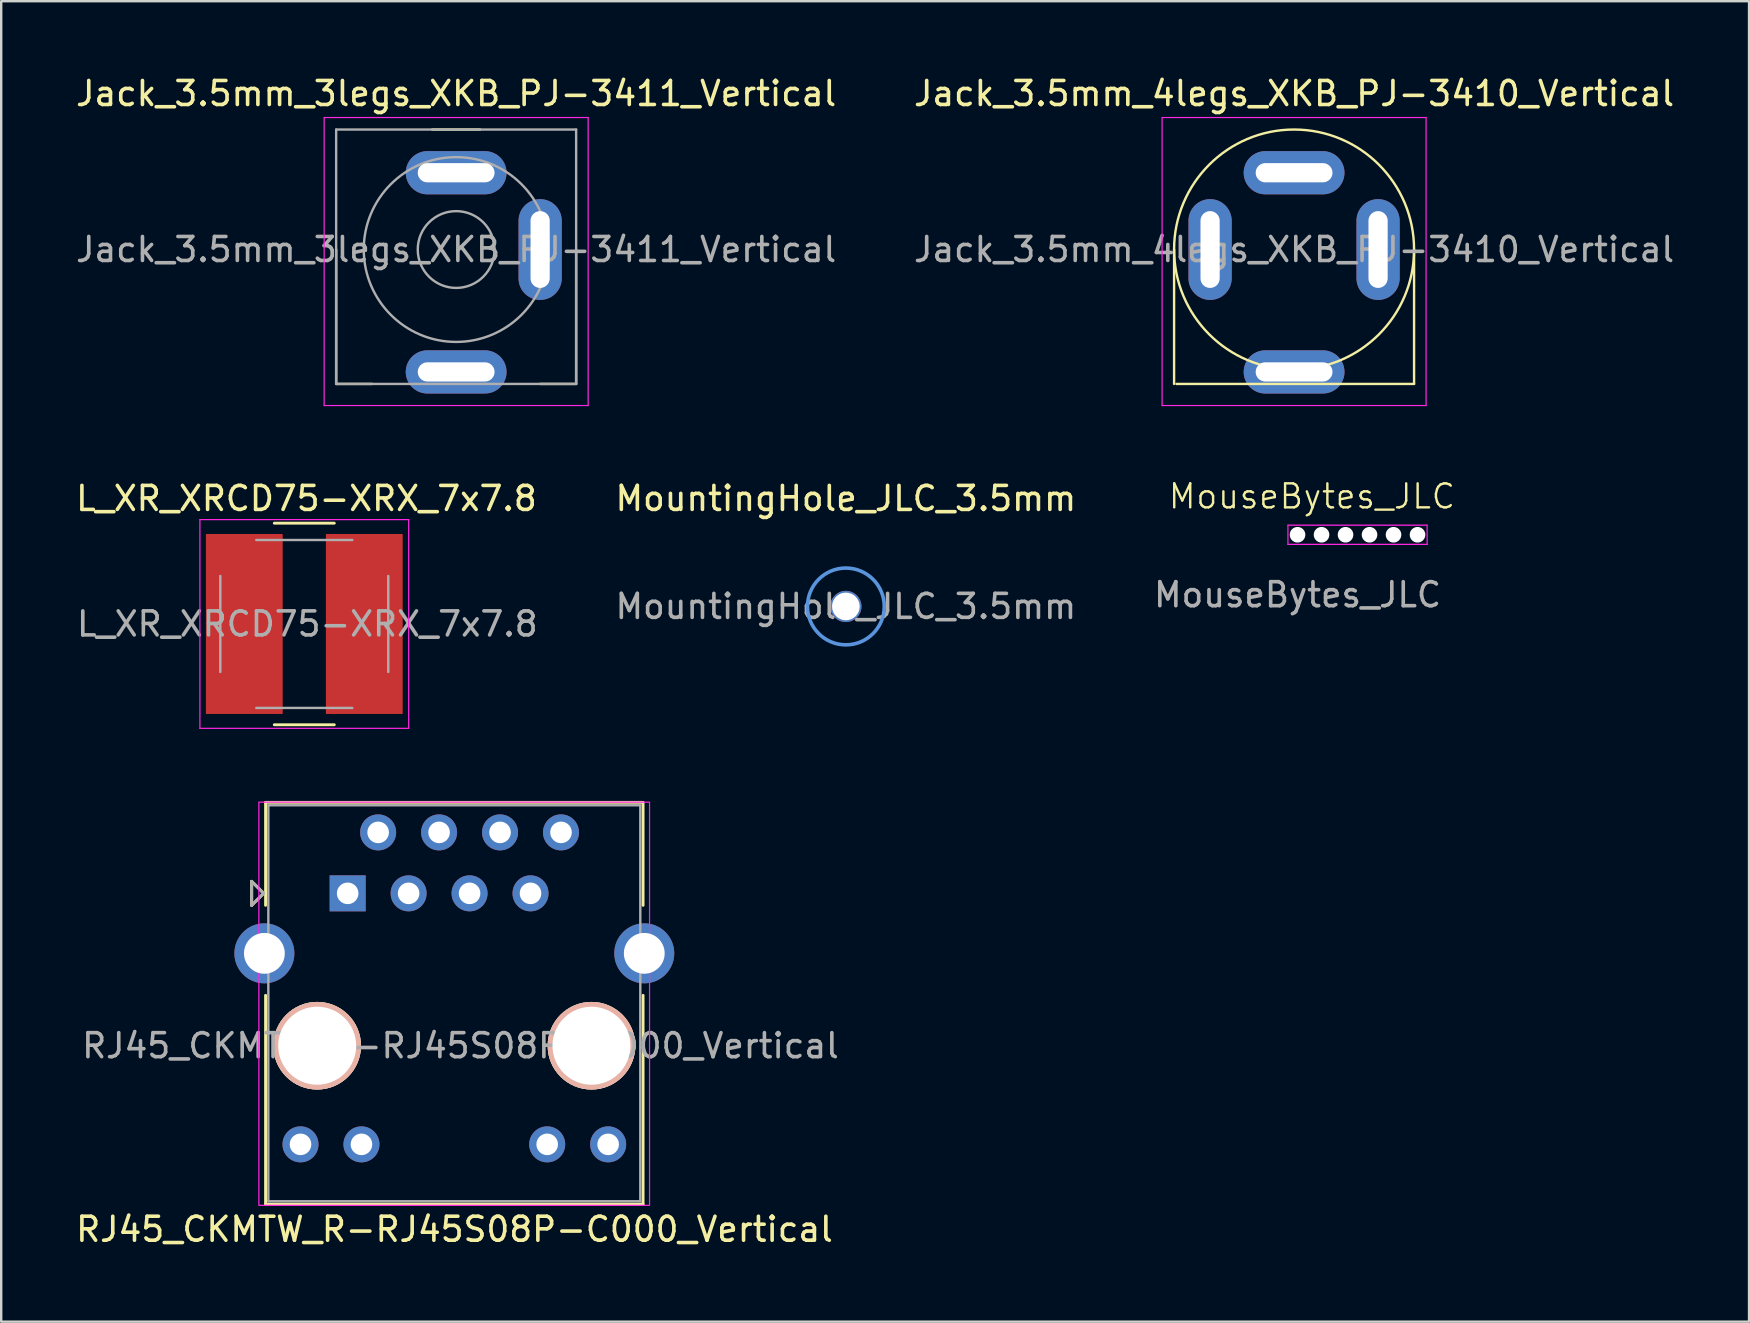
<source format=kicad_pcb>
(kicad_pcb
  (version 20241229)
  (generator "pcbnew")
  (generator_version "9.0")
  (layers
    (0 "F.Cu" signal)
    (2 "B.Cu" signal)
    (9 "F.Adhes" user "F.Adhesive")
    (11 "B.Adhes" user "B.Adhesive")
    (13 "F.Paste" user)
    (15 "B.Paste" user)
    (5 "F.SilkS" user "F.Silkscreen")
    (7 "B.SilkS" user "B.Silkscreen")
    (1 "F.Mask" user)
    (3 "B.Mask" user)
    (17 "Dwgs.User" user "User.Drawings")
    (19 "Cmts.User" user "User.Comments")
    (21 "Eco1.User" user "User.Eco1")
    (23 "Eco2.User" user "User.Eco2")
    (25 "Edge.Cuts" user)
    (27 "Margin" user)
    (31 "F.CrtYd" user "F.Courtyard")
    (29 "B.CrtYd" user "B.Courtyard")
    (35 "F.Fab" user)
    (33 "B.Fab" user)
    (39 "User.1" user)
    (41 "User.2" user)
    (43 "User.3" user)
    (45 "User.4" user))
  (footprint "L_XR_XRCD75-XRX_7x7.8"
    (layer "F.Cu")
    (at 9.63 22.951)
    (property "Reference" "L_XR_XRCD75-XRX_7x7.8" (at 0.09 -5.23 0) (layer "F.SilkS") (effects (font (size 1 1) (thickness 0.15))))
    (attr smd)
    (fp_line (start -1.25 4.2) (end 1.25 4.2) (stroke (width 0.12) (type solid)) (layer "F.SilkS"))
    (fp_line (start 1.25 -4.2) (end -1.25 -4.2) (stroke (width 0.12) (type solid)) (layer "F.SilkS"))
    (fp_line (start -4.35 -4.35) (end -4.35 4.35) (stroke (width 0.05) (type solid)) (layer "F.CrtYd"))
    (fp_line (start -4.35 -4.35) (end 4.35 -4.35) (stroke (width 0.05) (type solid)) (layer "F.CrtYd"))
    (fp_line (start -4.35 4.35) (end 4.35 4.35) (stroke (width 0.05) (type solid)) (layer "F.CrtYd"))
    (fp_line (start 4.35 -4.35) (end 4.35 4.35) (stroke (width 0.05) (type solid)) (layer "F.CrtYd"))
    (fp_line (start -3.5 -2) (end -3.5 2) (stroke (width 0.1) (type solid)) (layer "F.Fab"))
    (fp_line (start -2 3.5) (end 2 3.5) (stroke (width 0.1) (type solid)) (layer "F.Fab"))
    (fp_line (start 2 -3.5) (end -2 -3.5) (stroke (width 0.1) (type solid)) (layer "F.Fab"))
    (fp_line (start 3.5 -2) (end 3.5 2) (stroke (width 0.1) (type solid)) (layer "F.Fab"))
    (fp_text user "${REFERENCE}" (at 0.127 0 0) (layer "F.Fab") (effects (font (size 1 1) (thickness 0.15))))
    (pad "1" smd rect (at -2.5 0) (size 3.2 7.5) (layers "F.Cu" "F.Mask" "F.Paste"))
    (pad "2" smd rect (at 2.5 0) (size 3.2 7.5) (layers "F.Cu" "F.Mask" "F.Paste")))
  (footprint "RJ45_CKMTW_R-RJ45S08P-C000_Vertical"
    (layer "F.Cu")
    (at 11.437 34.176)
    (property "Reference" "RJ45_CKMTW_R-RJ45S08P-C000_Vertical" (at 4.45 14 0) (layer "F.SilkS") (effects (font (size 1 1) (thickness 0.15))))
    (attr through_hole)
    (fp_line (start -4 -0.5) (end -4 0.5) (stroke (width 0.12) (type solid)) (layer "F.SilkS"))
    (fp_line (start -4 0.5) (end -3.5 0) (stroke (width 0.12) (type solid)) (layer "F.SilkS"))
    (fp_line (start -3.5 0) (end -4 -0.5) (stroke (width 0.12) (type solid)) (layer "F.SilkS"))
    (fp_line (start -3.42 -3.79) (end -3.42 0.5) (stroke (width 0.12) (type solid)) (layer "F.SilkS"))
    (fp_line (start -3.42 4.25) (end -3.42 12.95) (stroke (width 0.12) (type solid)) (layer "F.SilkS"))
    (fp_line (start 12.3 -3.79) (end -3.42 -3.79) (stroke (width 0.12) (type solid)) (layer "F.SilkS"))
    (fp_line (start 12.31 -3.79) (end 12.31 0.5) (stroke (width 0.12) (type solid)) (layer "F.SilkS"))
    (fp_line (start 12.31 12.95) (end -3.42 12.95) (stroke (width 0.12) (type solid)) (layer "F.SilkS"))
    (fp_line (start 12.31 12.95) (end 12.31 4.25) (stroke (width 0.12) (type solid)) (layer "F.SilkS"))
    (fp_rect (start -3.7 -3.8) (end 12.58 13) (stroke (width 0.05) (type default)) (fill no) (layer "F.CrtYd"))
    (fp_line (start -4 -0.5) (end -4 0.5) (stroke (width 0.12) (type solid)) (layer "F.Fab"))
    (fp_line (start -4 0.5) (end -3.5 0) (stroke (width 0.12) (type solid)) (layer "F.Fab"))
    (fp_line (start -3.5 0) (end -4 -0.5) (stroke (width 0.12) (type solid)) (layer "F.Fab"))
    (fp_line (start -3.305 -3.67) (end -3.305 12.83) (stroke (width 0.1) (type solid)) (layer "F.Fab"))
    (fp_line (start 12.195 -3.67) (end -3.305 -3.67) (stroke (width 0.1) (type solid)) (layer "F.Fab"))
    (fp_line (start 12.195 -3.67) (end 12.195 12.83) (stroke (width 0.1) (type solid)) (layer "F.Fab"))
    (fp_line (start 12.195 12.83) (end -3.305 12.83) (stroke (width 0.1) (type solid)) (layer "F.Fab"))
    (fp_text user "${REFERENCE}" (at 4.7 6.35 0) (layer "F.Fab") (effects (font (size 1 1) (thickness 0.15))))
    (pad "" np_thru_hole circle (at -1.27 6.35) (size 3.65 3.65) (drill 3.25) (layers "*.Cu" "*.SilkS" "*.Mask"))
    (pad "" np_thru_hole circle (at 10.16 6.35) (size 3.65 3.65) (drill 3.25) (layers "*.Cu" "*.SilkS" "*.Mask"))
    (pad "1" thru_hole rect (at 0 0) (size 1.5 1.5) (drill 0.9) (layers "*.Cu" "*.Mask"))
    (pad "2" thru_hole circle (at 1.27 -2.54) (size 1.5 1.5) (drill 0.9) (layers "*.Cu" "*.Mask"))
    (pad "3" thru_hole circle (at 2.54 0) (size 1.5 1.5) (drill 0.9) (layers "*.Cu" "*.Mask"))
    (pad "4" thru_hole circle (at 3.81 -2.54) (size 1.5 1.5) (drill 0.9) (layers "*.Cu" "*.Mask"))
    (pad "5" thru_hole circle (at 5.08 0) (size 1.5 1.5) (drill 0.9) (layers "*.Cu" "*.Mask"))
    (pad "6" thru_hole circle (at 6.35 -2.54) (size 1.5 1.5) (drill 0.9) (layers "*.Cu" "*.Mask"))
    (pad "7" thru_hole circle (at 7.62 0) (size 1.5 1.5) (drill 0.9) (layers "*.Cu" "*.Mask"))
    (pad "8" thru_hole circle (at 8.89 -2.54) (size 1.5 1.5) (drill 0.9) (layers "*.Cu" "*.Mask"))
    (pad "9" thru_hole circle (at -1.965 10.46) (size 1.5 1.5) (drill 0.9) (layers "*.Cu" "*.Mask"))
    (pad "10" thru_hole circle (at 0.575 10.46) (size 1.5 1.5) (drill 0.9) (layers "*.Cu" "*.Mask"))
    (pad "11" thru_hole circle (at 8.315 10.46) (size 1.5 1.5) (drill 0.9) (layers "*.Cu" "*.Mask"))
    (pad "12" thru_hole circle (at 10.855 10.46) (size 1.5 1.5) (drill 0.9) (layers "*.Cu" "*.Mask"))
    (pad "SH" thru_hole circle (at -3.47 2.5) (size 2.5 2.5) (drill 1.7) (layers "*.Cu" "*.Mask"))
    (pad "SH" thru_hole circle (at 12.36 2.5) (size 2.5 2.5) (drill 1.7) (layers "*.Cu" "*.Mask")))
  (footprint "Jack_3.5mm_4legs_XKB_PJ-3410_Vertical"
    (layer "F.Cu")
    (at 50.875 7.348)
    (property "Reference" "Jack_3.5mm_4legs_XKB_PJ-3410_Vertical" (at 0 -6.5 0) (layer "F.SilkS") (effects (font (size 1 1) (thickness 0.15))))
    (attr through_hole)
    (fp_line (start -5 0) (end -5 5.6) (stroke (width 0.1) (type default)) (layer "F.SilkS"))
    (fp_line (start -4.9 5.6) (end 5 5.6) (stroke (width 0.1) (type default)) (layer "F.SilkS"))
    (fp_line (start 5 0) (end 5 5.6) (stroke (width 0.1) (type default)) (layer "F.SilkS"))
    (fp_circle (center 0 0) (end 5 0) (stroke (width 0.1) (type default)) (fill no) (layer "F.SilkS"))
    (fp_line (start -5.5 -5.5) (end 5.5 -5.5) (stroke (width 0.05) (type solid)) (layer "F.CrtYd"))
    (fp_line (start -5.5 6.5) (end -5.5 -5.5) (stroke (width 0.05) (type solid)) (layer "F.CrtYd"))
    (fp_line (start 5.5 -5.5) (end 5.5 6.5) (stroke (width 0.05) (type solid)) (layer "F.CrtYd"))
    (fp_line (start 5.5 6.5) (end -5.5 6.5) (stroke (width 0.05) (type solid)) (layer "F.CrtYd"))
    (fp_text user "${REFERENCE}" (at 0 0 0) (layer "F.Fab") (effects (font (size 1 1) (thickness 0.15))))
    (pad "R" thru_hole oval (at 0 -3.2) (size 4.2 1.8) (drill oval 3.2 0.8) (layers "*.Cu" "*.Mask"))
    (pad "S" thru_hole oval (at 3.5 0 90) (size 4.2 1.8) (drill oval 3.2 0.8) (layers "*.Cu" "*.Mask"))
    (pad "T" thru_hole oval (at -3.5 0 90) (size 4.2 1.8) (drill oval 3.2 0.8) (layers "*.Cu" "*.Mask"))
    (pad "T" thru_hole oval (at 0 5.1 180) (size 4.2 1.8) (drill oval 3.2 0.8) (layers "*.Cu" "*.Mask")))
  (footprint "Jack_3.5mm_3legs_XKB_PJ-3411_Vertical"
    (layer "F.Cu")
    (at 15.958 7.348)
    (property "Reference" "Jack_3.5mm_3legs_XKB_PJ-3411_Vertical" (at 0 -6.5 0) (layer "F.SilkS") (effects (font (size 1 1) (thickness 0.15))))
    (attr through_hole)
    (fp_line (start -5 0) (end -5 5.6) (stroke (width 0.1) (type default)) (layer "F.SilkS"))
    (fp_line (start -5 5.6) (end -3.5 5.6) (stroke (width 0.1) (type default)) (layer "F.SilkS"))
    (fp_line (start -1 -5) (end 1 -5) (stroke (width 0.1) (type default)) (layer "F.SilkS"))
    (fp_line (start 5 0) (end 5 5.6) (stroke (width 0.1) (type default)) (layer "F.SilkS"))
    (fp_line (start 5 5.6) (end 3.5 5.6) (stroke (width 0.1) (type default)) (layer "F.SilkS"))
    (fp_line (start -5.5 -5.5) (end 5.5 -5.5) (stroke (width 0.05) (type solid)) (layer "F.CrtYd"))
    (fp_line (start -5.5 6.5) (end -5.5 -5.5) (stroke (width 0.05) (type solid)) (layer "F.CrtYd"))
    (fp_line (start 5.5 -5.5) (end 5.5 6.5) (stroke (width 0.05) (type solid)) (layer "F.CrtYd"))
    (fp_line (start 5.5 6.5) (end -5.5 6.5) (stroke (width 0.05) (type solid)) (layer "F.CrtYd"))
    (fp_line (start -5 -5) (end -5 5.6) (stroke (width 0.1) (type default)) (layer "F.Fab"))
    (fp_line (start -5 -5) (end 5 -5) (stroke (width 0.1) (type default)) (layer "F.Fab"))
    (fp_line (start 5 -5) (end 5 5.6) (stroke (width 0.1) (type default)) (layer "F.Fab"))
    (fp_line (start 5 5.6) (end -5 5.6) (stroke (width 0.1) (type default)) (layer "F.Fab"))
    (fp_circle (center 0 0) (end 1.6 0) (stroke (width 0.1) (type default)) (fill no) (layer "F.Fab"))
    (fp_circle (center 0 0) (end 3.85 0) (stroke (width 0.1) (type default)) (fill no) (layer "F.Fab"))
    (fp_text user "${REFERENCE}" (at 0 0 0) (layer "F.Fab") (effects (font (size 1 1) (thickness 0.15))))
    (pad "R" thru_hole oval (at 0 -3.2) (size 4.2 1.8) (drill oval 3.2 0.8) (layers "*.Cu" "*.Mask"))
    (pad "S" thru_hole oval (at 3.5 0 90) (size 4.2 1.8) (drill oval 3.2 0.8) (layers "*.Cu" "*.Mask"))
    (pad "T" thru_hole oval (at 0 5.1 180) (size 4.2 1.8) (drill oval 3.2 0.8) (layers "*.Cu" "*.Mask")))
  (footprint "MouseBytes_JLC"
    (layer "F.Cu")
    (at 51.019 19.234)
    (property "Reference" "MouseBytes_JLC" (at 0.6 -1.6 0) (unlocked yes) (layer "F.SilkS") (effects (font (size 1 1) (thickness 0.1))))
    (attr through_hole exclude_from_pos_files exclude_from_bom dnp)
    (fp_line (start -0.4 -0.4) (end 5.4 -0.4) (stroke (width 0.05) (type default)) (layer "F.CrtYd"))
    (fp_line (start -0.4 0.4) (end -0.4 -0.4) (stroke (width 0.05) (type default)) (layer "F.CrtYd"))
    (fp_line (start 5.4 -0.4) (end 5.4 0.4) (stroke (width 0.05) (type default)) (layer "F.CrtYd"))
    (fp_line (start 5.4 0.4) (end -0.4 0.4) (stroke (width 0.05) (type default)) (layer "F.CrtYd"))
    (fp_text user "${REFERENCE}" (at 0 2.5 0) (unlocked yes) (layer "F.Fab") (effects (font (size 1 1) (thickness 0.15))))
    (pad "" np_thru_hole circle (at 0 0) (size 0.65 0.65) (drill 0.65) (layers "*.Cu" "*.Mask"))
    (pad "" np_thru_hole circle (at 1 0) (size 0.65 0.65) (drill 0.65) (layers "*.Cu" "*.Mask"))
    (pad "" np_thru_hole circle (at 2 0) (size 0.65 0.65) (drill 0.65) (layers "*.Cu" "*.Mask"))
    (pad "" np_thru_hole circle (at 3 0) (size 0.65 0.65) (drill 0.65) (layers "*.Cu" "*.Mask"))
    (pad "" np_thru_hole circle (at 4 0) (size 0.65 0.65) (drill 0.65) (layers "*.Cu" "*.Mask"))
    (pad "" np_thru_hole circle (at 5 0) (size 0.65 0.65) (drill 0.65) (layers "*.Cu" "*.Mask")))
  (footprint "MountingHole_JLC_3.5mm"
    (layer "F.Cu")
    (at 32.198 22.221)
    (property "Reference" "MountingHole_JLC_3.5mm" (at 0 -4.5 0) (layer "F.SilkS") (effects (font (size 1 1) (thickness 0.15))))
    (attr exclude_from_pos_files exclude_from_bom dnp)
    (fp_circle (center 0 0) (end 1.6 0) (stroke (width 0.15) (type solid)) (fill no) (layer "Cmts.User"))
    (fp_circle (center 0 0) (end 1.6 0) (stroke (width 0.05) (type solid)) (fill no) (layer "F.CrtYd"))
    (fp_text user "${REFERENCE}" (at 0 0 0) (layer "F.Fab") (effects (font (size 1 1) (thickness 0.15))))
    (pad "" np_thru_hole circle (at 0 0) (size 1.3 1.3) (drill 1.152) (layers "*.Cu" "*.Mask"))
    (zone (net_name "") (layer "F.SilkS") (hatch edge 0.5) (connect_pads) (min_thickness 0.25) (filled_areas_thickness no) (keepout (tracks not_allowed) (vias not_allowed) (pads not_allowed) (copperpour not_allowed) (footprints allowed)) (placement (enabled no)) (fill) (polygon (pts (xy 32.798 20.822) (xy 33.598 21.622) (xy 33.598 22.822) (xy 32.798 23.622) (xy 31.598 23.622) (xy 30.798 22.822) (xy 30.798 21.622) (xy 31.598 20.822)))))
  (gr_rect
    (start -3 -3)
    (end 69.833 52.025)
    (stroke (width 0.1) (type default))
    (fill no)
    (layer "Edge.Cuts")))
</source>
